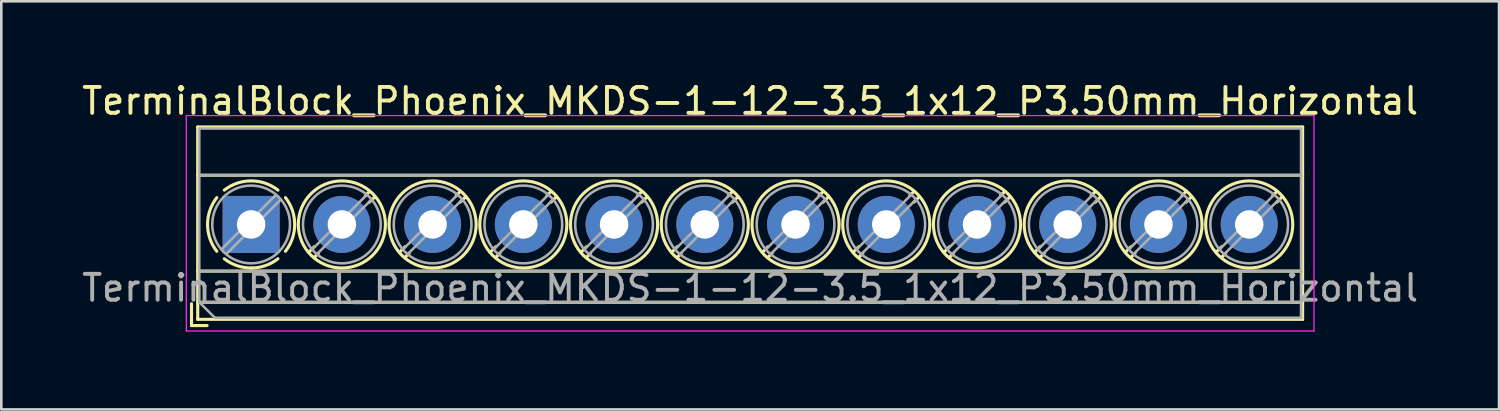
<source format=kicad_pcb>
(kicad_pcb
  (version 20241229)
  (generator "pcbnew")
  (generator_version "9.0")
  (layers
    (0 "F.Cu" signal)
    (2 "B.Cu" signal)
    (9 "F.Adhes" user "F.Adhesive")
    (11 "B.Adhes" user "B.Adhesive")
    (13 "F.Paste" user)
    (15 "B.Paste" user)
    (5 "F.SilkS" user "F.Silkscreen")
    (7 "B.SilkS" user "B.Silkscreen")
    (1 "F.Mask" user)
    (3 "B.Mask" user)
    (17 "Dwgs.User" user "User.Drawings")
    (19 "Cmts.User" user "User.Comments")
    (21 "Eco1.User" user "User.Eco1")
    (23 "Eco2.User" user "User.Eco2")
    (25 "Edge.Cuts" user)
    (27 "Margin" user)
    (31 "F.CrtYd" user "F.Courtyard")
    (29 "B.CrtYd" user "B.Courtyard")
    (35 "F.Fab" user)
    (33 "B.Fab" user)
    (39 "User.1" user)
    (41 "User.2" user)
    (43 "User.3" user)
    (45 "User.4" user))
  (footprint "TerminalBlock_Phoenix_MKDS-1-12-3.5_1x12_P3.50mm_Horizontal"
    (layer "F.Cu")
    (at 6.637 5.608)
    (property "Reference" "TerminalBlock_Phoenix_MKDS-1-12-3.5_1x12_P3.50mm_Horizontal" (at 19.25 -4.76 0) (layer "F.SilkS") (effects (font (size 1 1) (thickness 0.15))))
    (attr through_hole)
    (fp_line (start -2.3 3.06) (end -2.3 3.9) (stroke (width 0.12) (type solid)) (layer "F.SilkS"))
    (fp_line (start -2.3 3.9) (end -1.7 3.9) (stroke (width 0.12) (type solid)) (layer "F.SilkS"))
    (fp_line (start -2.06 -3.76) (end -2.06 3.66) (stroke (width 0.12) (type solid)) (layer "F.SilkS"))
    (fp_line (start -2.06 -3.76) (end 40.56 -3.76) (stroke (width 0.12) (type solid)) (layer "F.SilkS"))
    (fp_line (start -2.06 -1.9) (end 40.56 -1.9) (stroke (width 0.12) (type solid)) (layer "F.SilkS"))
    (fp_line (start -2.06 1.8) (end 40.56 1.8) (stroke (width 0.12) (type solid)) (layer "F.SilkS"))
    (fp_line (start -2.06 3) (end 40.56 3) (stroke (width 0.12) (type solid)) (layer "F.SilkS"))
    (fp_line (start -2.06 3.66) (end 40.56 3.66) (stroke (width 0.12) (type solid)) (layer "F.SilkS"))
    (fp_line (start 2.437 0.859) (end 2.226 1.069) (stroke (width 0.12) (type solid)) (layer "F.SilkS"))
    (fp_line (start 2.595 1.11) (end 2.431 1.274) (stroke (width 0.12) (type solid)) (layer "F.SilkS"))
    (fp_line (start 4.57 -1.275) (end 4.406 -1.111) (stroke (width 0.12) (type solid)) (layer "F.SilkS"))
    (fp_line (start 4.775 -1.069) (end 4.564 -0.859) (stroke (width 0.12) (type solid)) (layer "F.SilkS"))
    (fp_line (start 5.937 0.859) (end 5.726 1.069) (stroke (width 0.12) (type solid)) (layer "F.SilkS"))
    (fp_line (start 6.095 1.11) (end 5.931 1.274) (stroke (width 0.12) (type solid)) (layer "F.SilkS"))
    (fp_line (start 8.07 -1.275) (end 7.906 -1.111) (stroke (width 0.12) (type solid)) (layer "F.SilkS"))
    (fp_line (start 8.275 -1.069) (end 8.064 -0.859) (stroke (width 0.12) (type solid)) (layer "F.SilkS"))
    (fp_line (start 9.437 0.859) (end 9.226 1.069) (stroke (width 0.12) (type solid)) (layer "F.SilkS"))
    (fp_line (start 9.595 1.11) (end 9.431 1.274) (stroke (width 0.12) (type solid)) (layer "F.SilkS"))
    (fp_line (start 11.57 -1.275) (end 11.406 -1.111) (stroke (width 0.12) (type solid)) (layer "F.SilkS"))
    (fp_line (start 11.775 -1.069) (end 11.564 -0.859) (stroke (width 0.12) (type solid)) (layer "F.SilkS"))
    (fp_line (start 12.937 0.859) (end 12.726 1.069) (stroke (width 0.12) (type solid)) (layer "F.SilkS"))
    (fp_line (start 13.095 1.11) (end 12.931 1.274) (stroke (width 0.12) (type solid)) (layer "F.SilkS"))
    (fp_line (start 15.07 -1.275) (end 14.906 -1.111) (stroke (width 0.12) (type solid)) (layer "F.SilkS"))
    (fp_line (start 15.275 -1.069) (end 15.064 -0.859) (stroke (width 0.12) (type solid)) (layer "F.SilkS"))
    (fp_line (start 16.437 0.859) (end 16.226 1.069) (stroke (width 0.12) (type solid)) (layer "F.SilkS"))
    (fp_line (start 16.595 1.11) (end 16.431 1.274) (stroke (width 0.12) (type solid)) (layer "F.SilkS"))
    (fp_line (start 18.57 -1.275) (end 18.406 -1.111) (stroke (width 0.12) (type solid)) (layer "F.SilkS"))
    (fp_line (start 18.775 -1.069) (end 18.564 -0.859) (stroke (width 0.12) (type solid)) (layer "F.SilkS"))
    (fp_line (start 19.937 0.859) (end 19.726 1.069) (stroke (width 0.12) (type solid)) (layer "F.SilkS"))
    (fp_line (start 20.095 1.11) (end 19.931 1.274) (stroke (width 0.12) (type solid)) (layer "F.SilkS"))
    (fp_line (start 22.07 -1.275) (end 21.906 -1.111) (stroke (width 0.12) (type solid)) (layer "F.SilkS"))
    (fp_line (start 22.275 -1.069) (end 22.064 -0.859) (stroke (width 0.12) (type solid)) (layer "F.SilkS"))
    (fp_line (start 23.437 0.859) (end 23.226 1.069) (stroke (width 0.12) (type solid)) (layer "F.SilkS"))
    (fp_line (start 23.595 1.11) (end 23.431 1.274) (stroke (width 0.12) (type solid)) (layer "F.SilkS"))
    (fp_line (start 25.57 -1.275) (end 25.406 -1.111) (stroke (width 0.12) (type solid)) (layer "F.SilkS"))
    (fp_line (start 25.775 -1.069) (end 25.564 -0.859) (stroke (width 0.12) (type solid)) (layer "F.SilkS"))
    (fp_line (start 26.937 0.859) (end 26.726 1.069) (stroke (width 0.12) (type solid)) (layer "F.SilkS"))
    (fp_line (start 27.095 1.11) (end 26.931 1.274) (stroke (width 0.12) (type solid)) (layer "F.SilkS"))
    (fp_line (start 29.07 -1.275) (end 28.906 -1.111) (stroke (width 0.12) (type solid)) (layer "F.SilkS"))
    (fp_line (start 29.275 -1.069) (end 29.064 -0.859) (stroke (width 0.12) (type solid)) (layer "F.SilkS"))
    (fp_line (start 30.437 0.859) (end 30.226 1.069) (stroke (width 0.12) (type solid)) (layer "F.SilkS"))
    (fp_line (start 30.595 1.11) (end 30.431 1.274) (stroke (width 0.12) (type solid)) (layer "F.SilkS"))
    (fp_line (start 32.57 -1.275) (end 32.406 -1.111) (stroke (width 0.12) (type solid)) (layer "F.SilkS"))
    (fp_line (start 32.775 -1.069) (end 32.564 -0.859) (stroke (width 0.12) (type solid)) (layer "F.SilkS"))
    (fp_line (start 33.937 0.859) (end 33.726 1.069) (stroke (width 0.12) (type solid)) (layer "F.SilkS"))
    (fp_line (start 34.095 1.11) (end 33.931 1.274) (stroke (width 0.12) (type solid)) (layer "F.SilkS"))
    (fp_line (start 36.07 -1.275) (end 35.906 -1.111) (stroke (width 0.12) (type solid)) (layer "F.SilkS"))
    (fp_line (start 36.275 -1.069) (end 36.064 -0.859) (stroke (width 0.12) (type solid)) (layer "F.SilkS"))
    (fp_line (start 37.437 0.859) (end 37.226 1.069) (stroke (width 0.12) (type solid)) (layer "F.SilkS"))
    (fp_line (start 37.595 1.11) (end 37.431 1.274) (stroke (width 0.12) (type solid)) (layer "F.SilkS"))
    (fp_line (start 39.57 -1.275) (end 39.406 -1.111) (stroke (width 0.12) (type solid)) (layer "F.SilkS"))
    (fp_line (start 39.775 -1.069) (end 39.564 -0.859) (stroke (width 0.12) (type solid)) (layer "F.SilkS"))
    (fp_line (start 40.56 -3.76) (end 40.56 3.66) (stroke (width 0.12) (type solid)) (layer "F.SilkS"))
    (fp_arc (start -1.324561 1.034282) (mid -1.680536 -0.000456) (end -1.324 -1.035) (stroke (width 0.12) (type solid)) (layer "F.SilkS"))
    (fp_arc (start -1.034282 -1.324561) (mid 0.000456 -1.680536) (end 1.035 -1.324) (stroke (width 0.12) (type solid)) (layer "F.SilkS"))
    (fp_arc (start 0.028874 1.680288) (mid -0.533674 1.593548) (end -1.035 1.324) (stroke (width 0.12) (type solid)) (layer "F.SilkS"))
    (fp_arc (start 1.034311 1.323858) (mid 0.546954 1.588471) (end 0 1.68) (stroke (width 0.12) (type solid)) (layer "F.SilkS"))
    (fp_arc (start 1.324561 -1.034282) (mid 1.680536 0.000456) (end 1.324 1.035) (stroke (width 0.12) (type solid)) (layer "F.SilkS"))
    (fp_circle (center 3.5 0) (end 5.18 0) (stroke (width 0.12) (type solid)) (fill no) (layer "F.SilkS"))
    (fp_circle (center 7 0) (end 8.68 0) (stroke (width 0.12) (type solid)) (fill no) (layer "F.SilkS"))
    (fp_circle (center 10.5 0) (end 12.18 0) (stroke (width 0.12) (type solid)) (fill no) (layer "F.SilkS"))
    (fp_circle (center 14 0) (end 15.68 0) (stroke (width 0.12) (type solid)) (fill no) (layer "F.SilkS"))
    (fp_circle (center 17.5 0) (end 19.18 0) (stroke (width 0.12) (type solid)) (fill no) (layer "F.SilkS"))
    (fp_circle (center 21 0) (end 22.68 0) (stroke (width 0.12) (type solid)) (fill no) (layer "F.SilkS"))
    (fp_circle (center 24.5 0) (end 26.18 0) (stroke (width 0.12) (type solid)) (fill no) (layer "F.SilkS"))
    (fp_circle (center 28 0) (end 29.68 0) (stroke (width 0.12) (type solid)) (fill no) (layer "F.SilkS"))
    (fp_circle (center 31.5 0) (end 33.18 0) (stroke (width 0.12) (type solid)) (fill no) (layer "F.SilkS"))
    (fp_circle (center 35 0) (end 36.68 0) (stroke (width 0.12) (type solid)) (fill no) (layer "F.SilkS"))
    (fp_circle (center 38.5 0) (end 40.18 0) (stroke (width 0.12) (type solid)) (fill no) (layer "F.SilkS"))
    (fp_line (start -2.5 -4.2) (end -2.5 4.11) (stroke (width 0.05) (type solid)) (layer "F.CrtYd"))
    (fp_line (start -2.5 4.11) (end 41 4.11) (stroke (width 0.05) (type solid)) (layer "F.CrtYd"))
    (fp_line (start 41 -4.2) (end -2.5 -4.2) (stroke (width 0.05) (type solid)) (layer "F.CrtYd"))
    (fp_line (start 41 4.11) (end 41 -4.2) (stroke (width 0.05) (type solid)) (layer "F.CrtYd"))
    (fp_line (start -2 -3.7) (end 40.5 -3.7) (stroke (width 0.1) (type solid)) (layer "F.Fab"))
    (fp_line (start -2 -1.9) (end 40.5 -1.9) (stroke (width 0.1) (type solid)) (layer "F.Fab"))
    (fp_line (start -2 1.8) (end 40.5 1.8) (stroke (width 0.1) (type solid)) (layer "F.Fab"))
    (fp_line (start -2 3) (end -2 -3.7) (stroke (width 0.1) (type solid)) (layer "F.Fab"))
    (fp_line (start -2 3) (end 40.5 3) (stroke (width 0.1) (type solid)) (layer "F.Fab"))
    (fp_line (start -1.4 3.6) (end -2 3) (stroke (width 0.1) (type solid)) (layer "F.Fab"))
    (fp_line (start 0.955 -1.138) (end -1.138 0.955) (stroke (width 0.1) (type solid)) (layer "F.Fab"))
    (fp_line (start 1.138 -0.955) (end -0.955 1.138) (stroke (width 0.1) (type solid)) (layer "F.Fab"))
    (fp_line (start 4.455 -1.138) (end 2.363 0.955) (stroke (width 0.1) (type solid)) (layer "F.Fab"))
    (fp_line (start 4.638 -0.955) (end 2.546 1.138) (stroke (width 0.1) (type solid)) (layer "F.Fab"))
    (fp_line (start 7.955 -1.138) (end 5.863 0.955) (stroke (width 0.1) (type solid)) (layer "F.Fab"))
    (fp_line (start 8.138 -0.955) (end 6.046 1.138) (stroke (width 0.1) (type solid)) (layer "F.Fab"))
    (fp_line (start 11.455 -1.138) (end 9.363 0.955) (stroke (width 0.1) (type solid)) (layer "F.Fab"))
    (fp_line (start 11.638 -0.955) (end 9.546 1.138) (stroke (width 0.1) (type solid)) (layer "F.Fab"))
    (fp_line (start 14.955 -1.138) (end 12.863 0.955) (stroke (width 0.1) (type solid)) (layer "F.Fab"))
    (fp_line (start 15.138 -0.955) (end 13.046 1.138) (stroke (width 0.1) (type solid)) (layer "F.Fab"))
    (fp_line (start 18.455 -1.138) (end 16.363 0.955) (stroke (width 0.1) (type solid)) (layer "F.Fab"))
    (fp_line (start 18.638 -0.955) (end 16.546 1.138) (stroke (width 0.1) (type solid)) (layer "F.Fab"))
    (fp_line (start 21.955 -1.138) (end 19.863 0.955) (stroke (width 0.1) (type solid)) (layer "F.Fab"))
    (fp_line (start 22.138 -0.955) (end 20.046 1.138) (stroke (width 0.1) (type solid)) (layer "F.Fab"))
    (fp_line (start 25.455 -1.138) (end 23.363 0.955) (stroke (width 0.1) (type solid)) (layer "F.Fab"))
    (fp_line (start 25.638 -0.955) (end 23.546 1.138) (stroke (width 0.1) (type solid)) (layer "F.Fab"))
    (fp_line (start 28.955 -1.138) (end 26.863 0.955) (stroke (width 0.1) (type solid)) (layer "F.Fab"))
    (fp_line (start 29.138 -0.955) (end 27.046 1.138) (stroke (width 0.1) (type solid)) (layer "F.Fab"))
    (fp_line (start 32.455 -1.138) (end 30.363 0.955) (stroke (width 0.1) (type solid)) (layer "F.Fab"))
    (fp_line (start 32.638 -0.955) (end 30.546 1.138) (stroke (width 0.1) (type solid)) (layer "F.Fab"))
    (fp_line (start 35.955 -1.138) (end 33.863 0.955) (stroke (width 0.1) (type solid)) (layer "F.Fab"))
    (fp_line (start 36.138 -0.955) (end 34.046 1.138) (stroke (width 0.1) (type solid)) (layer "F.Fab"))
    (fp_line (start 39.455 -1.138) (end 37.363 0.955) (stroke (width 0.1) (type solid)) (layer "F.Fab"))
    (fp_line (start 39.638 -0.955) (end 37.546 1.138) (stroke (width 0.1) (type solid)) (layer "F.Fab"))
    (fp_line (start 40.5 -3.7) (end 40.5 3.6) (stroke (width 0.1) (type solid)) (layer "F.Fab"))
    (fp_line (start 40.5 3.6) (end -1.4 3.6) (stroke (width 0.1) (type solid)) (layer "F.Fab"))
    (fp_circle (center 0 0) (end 1.5 0) (stroke (width 0.1) (type solid)) (fill no) (layer "F.Fab"))
    (fp_circle (center 3.5 0) (end 5 0) (stroke (width 0.1) (type solid)) (fill no) (layer "F.Fab"))
    (fp_circle (center 7 0) (end 8.5 0) (stroke (width 0.1) (type solid)) (fill no) (layer "F.Fab"))
    (fp_circle (center 10.5 0) (end 12 0) (stroke (width 0.1) (type solid)) (fill no) (layer "F.Fab"))
    (fp_circle (center 14 0) (end 15.5 0) (stroke (width 0.1) (type solid)) (fill no) (layer "F.Fab"))
    (fp_circle (center 17.5 0) (end 19 0) (stroke (width 0.1) (type solid)) (fill no) (layer "F.Fab"))
    (fp_circle (center 21 0) (end 22.5 0) (stroke (width 0.1) (type solid)) (fill no) (layer "F.Fab"))
    (fp_circle (center 24.5 0) (end 26 0) (stroke (width 0.1) (type solid)) (fill no) (layer "F.Fab"))
    (fp_circle (center 28 0) (end 29.5 0) (stroke (width 0.1) (type solid)) (fill no) (layer "F.Fab"))
    (fp_circle (center 31.5 0) (end 33 0) (stroke (width 0.1) (type solid)) (fill no) (layer "F.Fab"))
    (fp_circle (center 35 0) (end 36.5 0) (stroke (width 0.1) (type solid)) (fill no) (layer "F.Fab"))
    (fp_circle (center 38.5 0) (end 40 0) (stroke (width 0.1) (type solid)) (fill no) (layer "F.Fab"))
    (fp_text user "${REFERENCE}" (at 19.25 2.45 0) (layer "F.Fab") (effects (font (size 1 1) (thickness 0.15))))
    (pad "1" thru_hole rect (at 0 0) (size 2.2 2.2) (drill 1.1) (layers "*.Cu" "*.Mask"))
    (pad "2" thru_hole circle (at 3.5 0) (size 2.2 2.2) (drill 1.1) (layers "*.Cu" "*.Mask"))
    (pad "3" thru_hole circle (at 7 0) (size 2.2 2.2) (drill 1.1) (layers "*.Cu" "*.Mask"))
    (pad "4" thru_hole circle (at 10.5 0) (size 2.2 2.2) (drill 1.1) (layers "*.Cu" "*.Mask"))
    (pad "5" thru_hole circle (at 14 0) (size 2.2 2.2) (drill 1.1) (layers "*.Cu" "*.Mask"))
    (pad "6" thru_hole circle (at 17.5 0) (size 2.2 2.2) (drill 1.1) (layers "*.Cu" "*.Mask"))
    (pad "7" thru_hole circle (at 21 0) (size 2.2 2.2) (drill 1.1) (layers "*.Cu" "*.Mask"))
    (pad "8" thru_hole circle (at 24.5 0) (size 2.2 2.2) (drill 1.1) (layers "*.Cu" "*.Mask"))
    (pad "9" thru_hole circle (at 28 0) (size 2.2 2.2) (drill 1.1) (layers "*.Cu" "*.Mask"))
    (pad "10" thru_hole circle (at 31.5 0) (size 2.2 2.2) (drill 1.1) (layers "*.Cu" "*.Mask"))
    (pad "11" thru_hole circle (at 35 0) (size 2.2 2.2) (drill 1.1) (layers "*.Cu" "*.Mask"))
    (pad "12" thru_hole circle (at 38.5 0) (size 2.2 2.2) (drill 1.1) (layers "*.Cu" "*.Mask")))
  (gr_rect
    (start -3 -3)
    (end 54.774 12.743)
    (stroke (width 0.1) (type default))
    (fill no)
    (layer "Edge.Cuts")))
</source>
